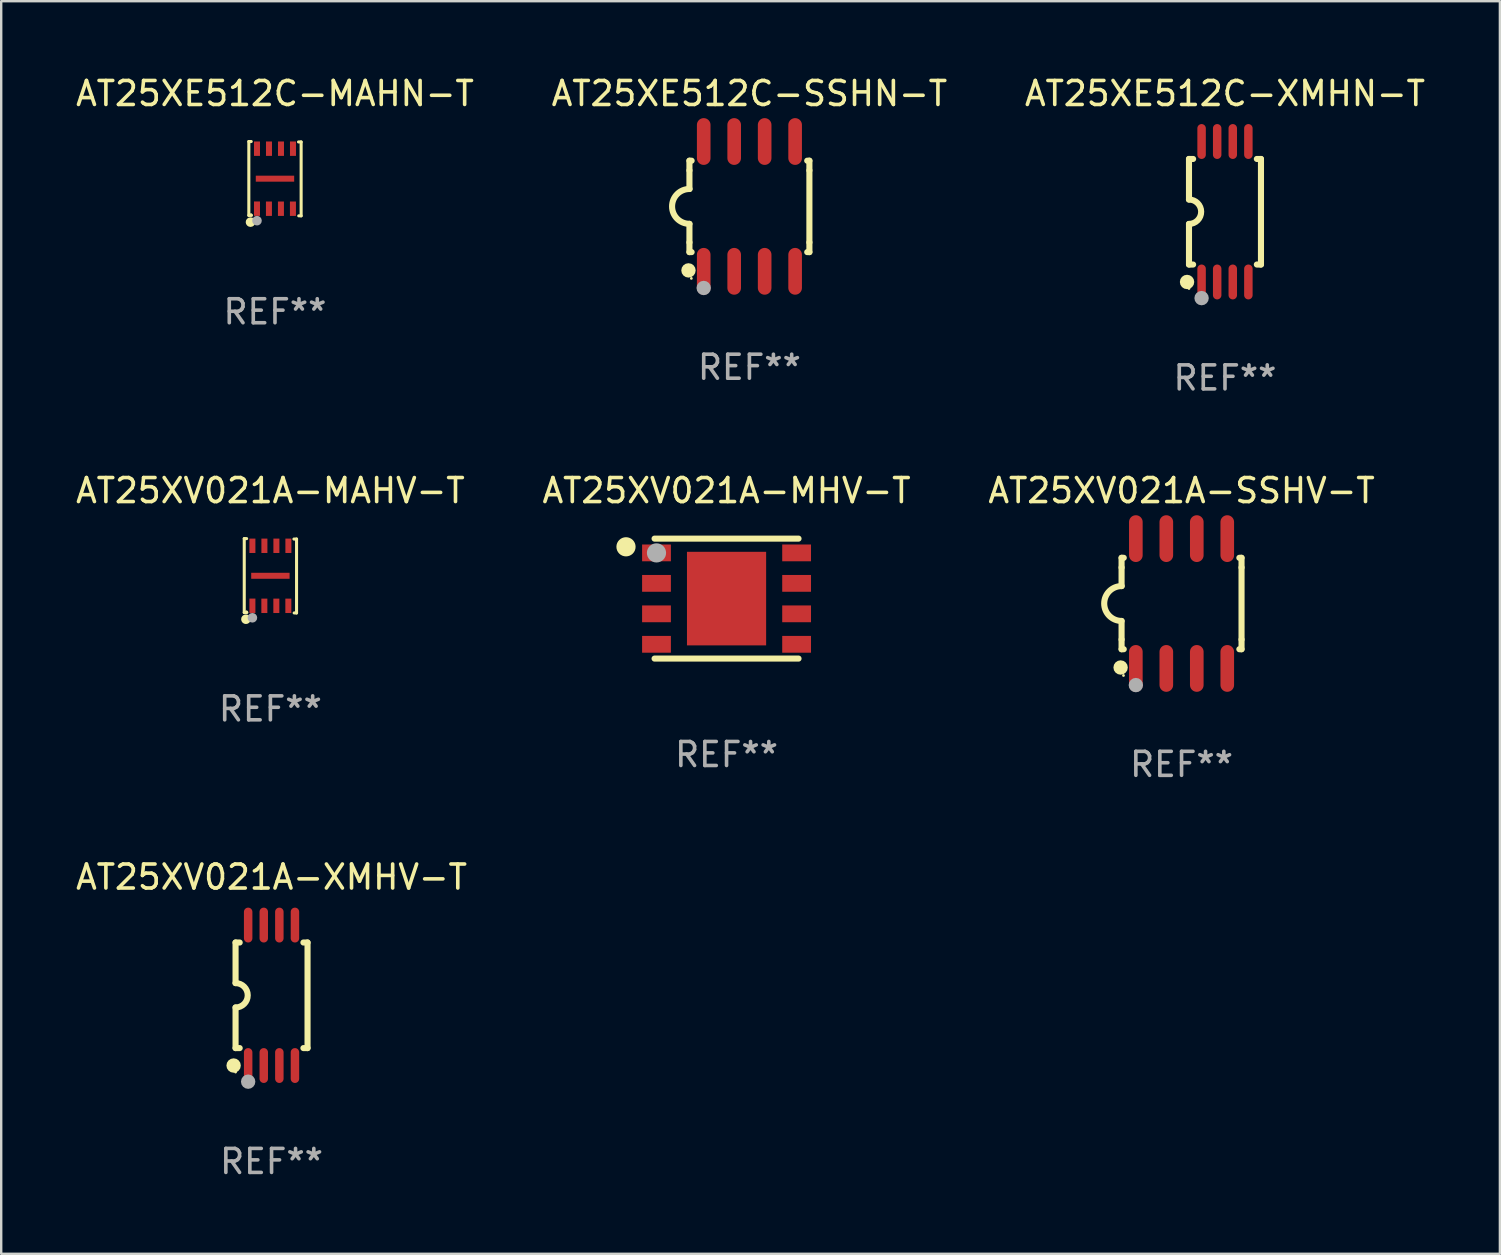
<source format=kicad_pcb>
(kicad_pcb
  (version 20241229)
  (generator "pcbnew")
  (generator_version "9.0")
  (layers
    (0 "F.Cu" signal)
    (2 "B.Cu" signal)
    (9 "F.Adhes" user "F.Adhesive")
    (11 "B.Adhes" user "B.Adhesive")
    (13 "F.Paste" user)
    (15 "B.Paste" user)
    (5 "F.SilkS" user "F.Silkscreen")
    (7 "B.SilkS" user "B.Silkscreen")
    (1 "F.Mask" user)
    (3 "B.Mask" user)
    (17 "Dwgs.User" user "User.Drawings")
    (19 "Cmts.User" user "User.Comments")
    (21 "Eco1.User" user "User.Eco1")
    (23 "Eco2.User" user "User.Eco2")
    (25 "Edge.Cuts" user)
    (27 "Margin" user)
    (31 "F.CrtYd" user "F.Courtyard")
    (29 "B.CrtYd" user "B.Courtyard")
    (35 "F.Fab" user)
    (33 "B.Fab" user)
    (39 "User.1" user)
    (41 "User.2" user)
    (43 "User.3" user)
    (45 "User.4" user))
  (footprint "AT25XE512C-SSHN-T"
    (layer "F.Cu")
    (at 28.185 5.553)
    (property "Reference" "AT25XE512C-SSHN-T" (at 0 -4.705 0) (layer "F.SilkS") (effects (font (size 1 1) (thickness 0.15))))
    (attr through_hole)
    (fp_line (start -2.5 -1.905) (end -2.409 -1.905) (stroke (width 0.254) (type solid)) (layer "F.SilkS"))
    (fp_line (start -2.5 -1.5) (end -2.5 -1.905) (stroke (width 0.254) (type solid)) (layer "F.SilkS"))
    (fp_line (start -2.5 -1.5) (end -2.5 -0.726) (stroke (width 0.254) (type solid)) (layer "F.SilkS"))
    (fp_line (start -2.5 1.5) (end -2.5 0.727) (stroke (width 0.254) (type solid)) (layer "F.SilkS"))
    (fp_line (start -2.5 1.5) (end -2.5 1.905) (stroke (width 0.254) (type solid)) (layer "F.SilkS"))
    (fp_line (start -2.5 1.905) (end -2.409 1.905) (stroke (width 0.254) (type solid)) (layer "F.SilkS"))
    (fp_line (start 2.5 -1.905) (end 2.409 -1.905) (stroke (width 0.254) (type solid)) (layer "F.SilkS"))
    (fp_line (start 2.5 -1.5) (end 2.5 -1.905) (stroke (width 0.254) (type solid)) (layer "F.SilkS"))
    (fp_line (start 2.5 -1.5) (end 2.5 1.5) (stroke (width 0.254) (type solid)) (layer "F.SilkS"))
    (fp_line (start 2.5 1.5) (end 2.5 1.905) (stroke (width 0.254) (type solid)) (layer "F.SilkS"))
    (fp_line (start 2.5 1.905) (end 2.409 1.905) (stroke (width 0.254) (type solid)) (layer "F.SilkS"))
    (fp_arc (start -2.5 0.726568) (mid -3.220316 -0.0023) (end -2.495097 -0.726289) (stroke (width 0.254001) (type solid)) (layer "F.SilkS"))
    (fp_circle (center -2.54 2.667) (end -2.39 2.667) (stroke (width 0.3) (type solid)) (fill no) (layer "F.SilkS"))
    (fp_circle (center -2.42 3) (end -2.39 3) (stroke (width 0.06) (type solid)) (fill no) (layer "F.SilkS"))
    (fp_circle (center -1.905 3.4) (end -1.755 3.4) (stroke (width 0.3) (type solid)) (fill no) (layer "F.Fab"))
    (fp_text user "REF**" (at 0 6.705 0) (layer "F.Fab") (effects (font (size 1 1) (thickness 0.15))))
    (pad "1" smd oval (at -1.905 2.705) (size 0.568 1.95) (layers "F.Cu" "F.Mask" "F.Paste"))
    (pad "2" smd oval (at -0.635 2.705) (size 0.568 1.95) (layers "F.Cu" "F.Mask" "F.Paste"))
    (pad "3" smd oval (at 0.635 2.705) (size 0.568 1.95) (layers "F.Cu" "F.Mask" "F.Paste"))
    (pad "4" smd oval (at 1.905 2.705) (size 0.568 1.95) (layers "F.Cu" "F.Mask" "F.Paste"))
    (pad "5" smd oval (at 1.905 -2.705) (size 0.568 1.95) (layers "F.Cu" "F.Mask" "F.Paste"))
    (pad "6" smd oval (at 0.635 -2.705) (size 0.568 1.95) (layers "F.Cu" "F.Mask" "F.Paste"))
    (pad "7" smd oval (at -0.635 -2.705) (size 0.568 1.95) (layers "F.Cu" "F.Mask" "F.Paste"))
    (pad "8" smd oval (at -1.905 -2.705) (size 0.568 1.95) (layers "F.Cu" "F.Mask" "F.Paste")))
  (footprint "AT25XV021A-MAHV-T"
    (layer "F.Cu")
    (at 8.22 20.948)
    (property "Reference" "AT25XV021A-MAHV-T" (at 0 -3.549 0) (layer "F.SilkS") (effects (font (size 1 1) (thickness 0.15))))
    (attr through_hole)
    (fp_line (start -1.09 -1.549) (end -1.09 1.531) (stroke (width 0.127) (type solid)) (layer "F.SilkS"))
    (fp_line (start -1.09 1.531) (end -0.98 1.531) (stroke (width 0.127) (type solid)) (layer "F.SilkS"))
    (fp_line (start -0.99 -1.549) (end -1.09 -1.549) (stroke (width 0.127) (type solid)) (layer "F.SilkS"))
    (fp_line (start 0.99 1.549) (end 1.09 1.549) (stroke (width 0.127) (type solid)) (layer "F.SilkS"))
    (fp_line (start 1.09 -1.531) (end 0.98 -1.531) (stroke (width 0.127) (type solid)) (layer "F.SilkS"))
    (fp_line (start 1.09 1.549) (end 1.09 -1.531) (stroke (width 0.127) (type solid)) (layer "F.SilkS"))
    (fp_circle (center -1.02 1.811) (end -0.92 1.811) (stroke (width 0.2) (type solid)) (fill no) (layer "F.SilkS"))
    (fp_circle (center -1 1.5) (end -0.97 1.5) (stroke (width 0.06) (type solid)) (fill no) (layer "F.SilkS"))
    (fp_circle (center -0.75 1.751) (end -0.65 1.751) (stroke (width 0.2) (type solid)) (fill no) (layer "F.Fab"))
    (fp_text user "REF**" (at 0 5.549 0) (layer "F.Fab") (effects (font (size 1 1) (thickness 0.15))))
    (pad "1" smd rect (at -0.75 1.25 180) (size 0.25 0.6) (layers "F.Cu" "F.Mask" "F.Paste"))
    (pad "2" smd rect (at -0.252 1.252 180) (size 0.25 0.6) (layers "F.Cu" "F.Mask" "F.Paste"))
    (pad "3" smd rect (at 0.248 1.252 180) (size 0.25 0.6) (layers "F.Cu" "F.Mask" "F.Paste"))
    (pad "4" smd rect (at 0.748 1.252 180) (size 0.25 0.6) (layers "F.Cu" "F.Mask" "F.Paste"))
    (pad "5" smd rect (at 0.75 -1.25 180) (size 0.25 0.6) (layers "F.Cu" "F.Mask" "F.Paste"))
    (pad "6" smd rect (at 0.25 -1.25 180) (size 0.25 0.6) (layers "F.Cu" "F.Mask" "F.Paste"))
    (pad "7" smd rect (at -0.25 -1.25 180) (size 0.25 0.6) (layers "F.Cu" "F.Mask" "F.Paste"))
    (pad "8" smd rect (at -0.75 -1.25 180) (size 0.25 0.6) (layers "F.Cu" "F.Mask" "F.Paste"))
    (pad "9" smd rect (at -0.000102 0 270) (size 0.25 1.6) (layers "F.Cu" "F.Mask" "F.Paste")))
  (footprint "AT25XV021A-XMHV-T"
    (layer "F.Cu")
    (at 8.268 38.433)
    (property "Reference" "AT25XV021A-XMHV-T" (at 0 -4.927 0) (layer "F.SilkS") (effects (font (size 1 1) (thickness 0.15))))
    (attr through_hole)
    (fp_line (start -1.5 -2.2) (end -1.5 -0.508) (stroke (width 0.254) (type solid)) (layer "F.SilkS"))
    (fp_line (start -1.5 -2.2) (end -1.328 -2.2) (stroke (width 0.254) (type solid)) (layer "F.SilkS"))
    (fp_line (start -1.5 2.2) (end -1.5 0.508) (stroke (width 0.254) (type solid)) (layer "F.SilkS"))
    (fp_line (start -1.5 2.2) (end -1.328 2.2) (stroke (width 0.254) (type solid)) (layer "F.SilkS"))
    (fp_line (start 1.328 -2.2) (end 1.5 -2.2) (stroke (width 0.254) (type solid)) (layer "F.SilkS"))
    (fp_line (start 1.328 2.2) (end 1.5 2.2) (stroke (width 0.254) (type solid)) (layer "F.SilkS"))
    (fp_line (start 1.5 -2.2) (end 1.5 2.2) (stroke (width 0.254) (type solid)) (layer "F.SilkS"))
    (fp_arc (start -1.501144 -0.508) (mid -0.993143 -0.000571) (end -1.5 0.508001) (stroke (width 0.254001) (type solid)) (layer "F.SilkS"))
    (fp_circle (center -1.581 2.927) (end -1.431 2.927) (stroke (width 0.3) (type solid)) (fill no) (layer "F.SilkS"))
    (fp_circle (center -1.5 3.2) (end -1.47 3.2) (stroke (width 0.06) (type solid)) (fill no) (layer "F.SilkS"))
    (fp_circle (center -0.975 3.6) (end -0.825 3.6) (stroke (width 0.3) (type solid)) (fill no) (layer "F.Fab"))
    (fp_text user "REF**" (at 0 6.927 0) (layer "F.Fab") (effects (font (size 1 1) (thickness 0.15))))
    (pad "1" smd oval (at -0.975 2.927) (size 0.353 1.454) (layers "F.Cu" "F.Mask" "F.Paste"))
    (pad "2" smd oval (at -0.325 2.927) (size 0.353 1.454) (layers "F.Cu" "F.Mask" "F.Paste"))
    (pad "3" smd oval (at 0.325 2.927) (size 0.353 1.454) (layers "F.Cu" "F.Mask" "F.Paste"))
    (pad "4" smd oval (at 0.975 2.927) (size 0.353 1.454) (layers "F.Cu" "F.Mask" "F.Paste"))
    (pad "5" smd oval (at 0.975 -2.927) (size 0.353 1.454) (layers "F.Cu" "F.Mask" "F.Paste"))
    (pad "6" smd oval (at 0.325 -2.927) (size 0.353 1.454) (layers "F.Cu" "F.Mask" "F.Paste"))
    (pad "7" smd oval (at -0.325 -2.927) (size 0.353 1.454) (layers "F.Cu" "F.Mask" "F.Paste"))
    (pad "8" smd oval (at -0.975 -2.927) (size 0.353 1.454) (layers "F.Cu" "F.Mask" "F.Paste")))
  (footprint "AT25XE512C-XMHN-T"
    (layer "F.Cu")
    (at 48.006 5.775)
    (property "Reference" "AT25XE512C-XMHN-T" (at 0 -4.927 0) (layer "F.SilkS") (effects (font (size 1 1) (thickness 0.15))))
    (attr through_hole)
    (fp_line (start -1.5 -2.2) (end -1.5 -0.508) (stroke (width 0.254) (type solid)) (layer "F.SilkS"))
    (fp_line (start -1.5 -2.2) (end -1.328 -2.2) (stroke (width 0.254) (type solid)) (layer "F.SilkS"))
    (fp_line (start -1.5 2.2) (end -1.5 0.508) (stroke (width 0.254) (type solid)) (layer "F.SilkS"))
    (fp_line (start -1.5 2.2) (end -1.328 2.2) (stroke (width 0.254) (type solid)) (layer "F.SilkS"))
    (fp_line (start 1.328 -2.2) (end 1.5 -2.2) (stroke (width 0.254) (type solid)) (layer "F.SilkS"))
    (fp_line (start 1.328 2.2) (end 1.5 2.2) (stroke (width 0.254) (type solid)) (layer "F.SilkS"))
    (fp_line (start 1.5 -2.2) (end 1.5 2.2) (stroke (width 0.254) (type solid)) (layer "F.SilkS"))
    (fp_arc (start -1.501144 -0.508) (mid -0.993143 -0.000571) (end -1.5 0.508001) (stroke (width 0.254001) (type solid)) (layer "F.SilkS"))
    (fp_circle (center -1.581 2.927) (end -1.431 2.927) (stroke (width 0.3) (type solid)) (fill no) (layer "F.SilkS"))
    (fp_circle (center -1.5 3.2) (end -1.47 3.2) (stroke (width 0.06) (type solid)) (fill no) (layer "F.SilkS"))
    (fp_circle (center -0.975 3.6) (end -0.825 3.6) (stroke (width 0.3) (type solid)) (fill no) (layer "F.Fab"))
    (fp_text user "REF**" (at 0 6.927 0) (layer "F.Fab") (effects (font (size 1 1) (thickness 0.15))))
    (pad "1" smd oval (at -0.975 2.927) (size 0.353 1.454) (layers "F.Cu" "F.Mask" "F.Paste"))
    (pad "2" smd oval (at -0.325 2.927) (size 0.353 1.454) (layers "F.Cu" "F.Mask" "F.Paste"))
    (pad "3" smd oval (at 0.325 2.927) (size 0.353 1.454) (layers "F.Cu" "F.Mask" "F.Paste"))
    (pad "4" smd oval (at 0.975 2.927) (size 0.353 1.454) (layers "F.Cu" "F.Mask" "F.Paste"))
    (pad "5" smd oval (at 0.975 -2.927) (size 0.353 1.454) (layers "F.Cu" "F.Mask" "F.Paste"))
    (pad "6" smd oval (at 0.325 -2.927) (size 0.353 1.454) (layers "F.Cu" "F.Mask" "F.Paste"))
    (pad "7" smd oval (at -0.325 -2.927) (size 0.353 1.454) (layers "F.Cu" "F.Mask" "F.Paste"))
    (pad "8" smd oval (at -0.975 -2.927) (size 0.353 1.454) (layers "F.Cu" "F.Mask" "F.Paste")))
  (footprint "AT25XV021A-SSHV-T"
    (layer "F.Cu")
    (at 46.196 22.104)
    (property "Reference" "AT25XV021A-SSHV-T" (at 0 -4.705 0) (layer "F.SilkS") (effects (font (size 1 1) (thickness 0.15))))
    (attr through_hole)
    (fp_line (start -2.5 -1.905) (end -2.409 -1.905) (stroke (width 0.254) (type solid)) (layer "F.SilkS"))
    (fp_line (start -2.5 -1.5) (end -2.5 -1.905) (stroke (width 0.254) (type solid)) (layer "F.SilkS"))
    (fp_line (start -2.5 -1.5) (end -2.5 -0.726) (stroke (width 0.254) (type solid)) (layer "F.SilkS"))
    (fp_line (start -2.5 1.5) (end -2.5 0.727) (stroke (width 0.254) (type solid)) (layer "F.SilkS"))
    (fp_line (start -2.5 1.5) (end -2.5 1.905) (stroke (width 0.254) (type solid)) (layer "F.SilkS"))
    (fp_line (start -2.5 1.905) (end -2.409 1.905) (stroke (width 0.254) (type solid)) (layer "F.SilkS"))
    (fp_line (start 2.5 -1.905) (end 2.409 -1.905) (stroke (width 0.254) (type solid)) (layer "F.SilkS"))
    (fp_line (start 2.5 -1.5) (end 2.5 -1.905) (stroke (width 0.254) (type solid)) (layer "F.SilkS"))
    (fp_line (start 2.5 -1.5) (end 2.5 1.5) (stroke (width 0.254) (type solid)) (layer "F.SilkS"))
    (fp_line (start 2.5 1.5) (end 2.5 1.905) (stroke (width 0.254) (type solid)) (layer "F.SilkS"))
    (fp_line (start 2.5 1.905) (end 2.409 1.905) (stroke (width 0.254) (type solid)) (layer "F.SilkS"))
    (fp_arc (start -2.5 0.726568) (mid -3.220316 -0.0023) (end -2.495097 -0.726289) (stroke (width 0.254001) (type solid)) (layer "F.SilkS"))
    (fp_circle (center -2.54 2.667) (end -2.39 2.667) (stroke (width 0.3) (type solid)) (fill no) (layer "F.SilkS"))
    (fp_circle (center -2.42 3) (end -2.39 3) (stroke (width 0.06) (type solid)) (fill no) (layer "F.SilkS"))
    (fp_circle (center -1.905 3.4) (end -1.755 3.4) (stroke (width 0.3) (type solid)) (fill no) (layer "F.Fab"))
    (fp_text user "REF**" (at 0 6.705 0) (layer "F.Fab") (effects (font (size 1 1) (thickness 0.15))))
    (pad "1" smd oval (at -1.905 2.705) (size 0.568 1.95) (layers "F.Cu" "F.Mask" "F.Paste"))
    (pad "2" smd oval (at -0.635 2.705) (size 0.568 1.95) (layers "F.Cu" "F.Mask" "F.Paste"))
    (pad "3" smd oval (at 0.635 2.705) (size 0.568 1.95) (layers "F.Cu" "F.Mask" "F.Paste"))
    (pad "4" smd oval (at 1.905 2.705) (size 0.568 1.95) (layers "F.Cu" "F.Mask" "F.Paste"))
    (pad "5" smd oval (at 1.905 -2.705) (size 0.568 1.95) (layers "F.Cu" "F.Mask" "F.Paste"))
    (pad "6" smd oval (at 0.635 -2.705) (size 0.568 1.95) (layers "F.Cu" "F.Mask" "F.Paste"))
    (pad "7" smd oval (at -0.635 -2.705) (size 0.568 1.95) (layers "F.Cu" "F.Mask" "F.Paste"))
    (pad "8" smd oval (at -1.905 -2.705) (size 0.568 1.95) (layers "F.Cu" "F.Mask" "F.Paste")))
  (footprint "AT25XE512C-MAHN-T"
    (layer "F.Cu")
    (at 8.411 4.397)
    (property "Reference" "AT25XE512C-MAHN-T" (at 0 -3.549 0) (layer "F.SilkS") (effects (font (size 1 1) (thickness 0.15))))
    (attr through_hole)
    (fp_line (start -1.09 -1.549) (end -1.09 1.531) (stroke (width 0.127) (type solid)) (layer "F.SilkS"))
    (fp_line (start -1.09 1.531) (end -0.98 1.531) (stroke (width 0.127) (type solid)) (layer "F.SilkS"))
    (fp_line (start -0.99 -1.549) (end -1.09 -1.549) (stroke (width 0.127) (type solid)) (layer "F.SilkS"))
    (fp_line (start 0.99 1.549) (end 1.09 1.549) (stroke (width 0.127) (type solid)) (layer "F.SilkS"))
    (fp_line (start 1.09 -1.531) (end 0.98 -1.531) (stroke (width 0.127) (type solid)) (layer "F.SilkS"))
    (fp_line (start 1.09 1.549) (end 1.09 -1.531) (stroke (width 0.127) (type solid)) (layer "F.SilkS"))
    (fp_circle (center -1.02 1.811) (end -0.92 1.811) (stroke (width 0.2) (type solid)) (fill no) (layer "F.SilkS"))
    (fp_circle (center -1 1.5) (end -0.97 1.5) (stroke (width 0.06) (type solid)) (fill no) (layer "F.SilkS"))
    (fp_circle (center -0.75 1.751) (end -0.65 1.751) (stroke (width 0.2) (type solid)) (fill no) (layer "F.Fab"))
    (fp_text user "REF**" (at 0 5.549 0) (layer "F.Fab") (effects (font (size 1 1) (thickness 0.15))))
    (pad "1" smd rect (at -0.75 1.25 180) (size 0.25 0.6) (layers "F.Cu" "F.Mask" "F.Paste"))
    (pad "2" smd rect (at -0.252 1.252 180) (size 0.25 0.6) (layers "F.Cu" "F.Mask" "F.Paste"))
    (pad "3" smd rect (at 0.248 1.252 180) (size 0.25 0.6) (layers "F.Cu" "F.Mask" "F.Paste"))
    (pad "4" smd rect (at 0.748 1.252 180) (size 0.25 0.6) (layers "F.Cu" "F.Mask" "F.Paste"))
    (pad "5" smd rect (at 0.75 -1.25 180) (size 0.25 0.6) (layers "F.Cu" "F.Mask" "F.Paste"))
    (pad "6" smd rect (at 0.25 -1.25 180) (size 0.25 0.6) (layers "F.Cu" "F.Mask" "F.Paste"))
    (pad "7" smd rect (at -0.25 -1.25 180) (size 0.25 0.6) (layers "F.Cu" "F.Mask" "F.Paste"))
    (pad "8" smd rect (at -0.75 -1.25 180) (size 0.25 0.6) (layers "F.Cu" "F.Mask" "F.Paste"))
    (pad "9" smd rect (at -0.000102 0 270) (size 0.25 1.6) (layers "F.Cu" "F.Mask" "F.Paste")))
  (footprint "AT25XV021A-MHV-T"
    (layer "F.Cu")
    (at 27.232 21.899)
    (property "Reference" "AT25XV021A-MHV-T" (at 0 -4.5 0) (layer "F.SilkS") (effects (font (size 1 1) (thickness 0.15))))
    (attr through_hole)
    (fp_line (start 3 -2.5) (end -3 -2.5) (stroke (width 0.254) (type solid)) (layer "F.SilkS"))
    (fp_line (start 3 2.5) (end -3 2.5) (stroke (width 0.254) (type solid)) (layer "F.SilkS"))
    (fp_circle (center -4.191 -2.159) (end -3.991 -2.159) (stroke (width 0.4) (type solid)) (fill no) (layer "F.SilkS"))
    (fp_circle (center -3 -2.5) (end -2.97 -2.5) (stroke (width 0.06) (type solid)) (fill no) (layer "F.SilkS"))
    (fp_circle (center -2.92 -1.905) (end -2.72 -1.905) (stroke (width 0.4) (type solid)) (fill no) (layer "F.Fab"))
    (fp_text user "REF**" (at 0 6.5 0) (layer "F.Fab") (effects (font (size 1 1) (thickness 0.15))))
    (pad "1" smd rect (at -2.92 -1.905) (size 1.2 0.7) (layers "F.Cu" "F.Mask" "F.Paste"))
    (pad "2" smd rect (at -2.92 -0.635) (size 1.2 0.7) (layers "F.Cu" "F.Mask" "F.Paste"))
    (pad "3" smd rect (at -2.92 0.635) (size 1.2 0.7) (layers "F.Cu" "F.Mask" "F.Paste"))
    (pad "4" smd rect (at -2.92 1.905) (size 1.2 0.7) (layers "F.Cu" "F.Mask" "F.Paste"))
    (pad "5" smd rect (at 2.92 1.905) (size 1.2 0.7) (layers "F.Cu" "F.Mask" "F.Paste"))
    (pad "6" smd rect (at 2.92 0.635) (size 1.2 0.7) (layers "F.Cu" "F.Mask" "F.Paste"))
    (pad "7" smd rect (at 2.92 -0.635) (size 1.2 0.7) (layers "F.Cu" "F.Mask" "F.Paste"))
    (pad "8" smd rect (at 2.92 -1.905) (size 1.2 0.7) (layers "F.Cu" "F.Mask" "F.Paste"))
    (pad "9" smd rect (at 0 0) (size 3.3 3.9) (layers "F.Cu" "F.Mask" "F.Paste")))
  (gr_rect
    (start -3 -3)
    (end 59.464 49.208)
    (stroke (width 0.1) (type default))
    (fill no)
    (layer "Edge.Cuts")))
</source>
